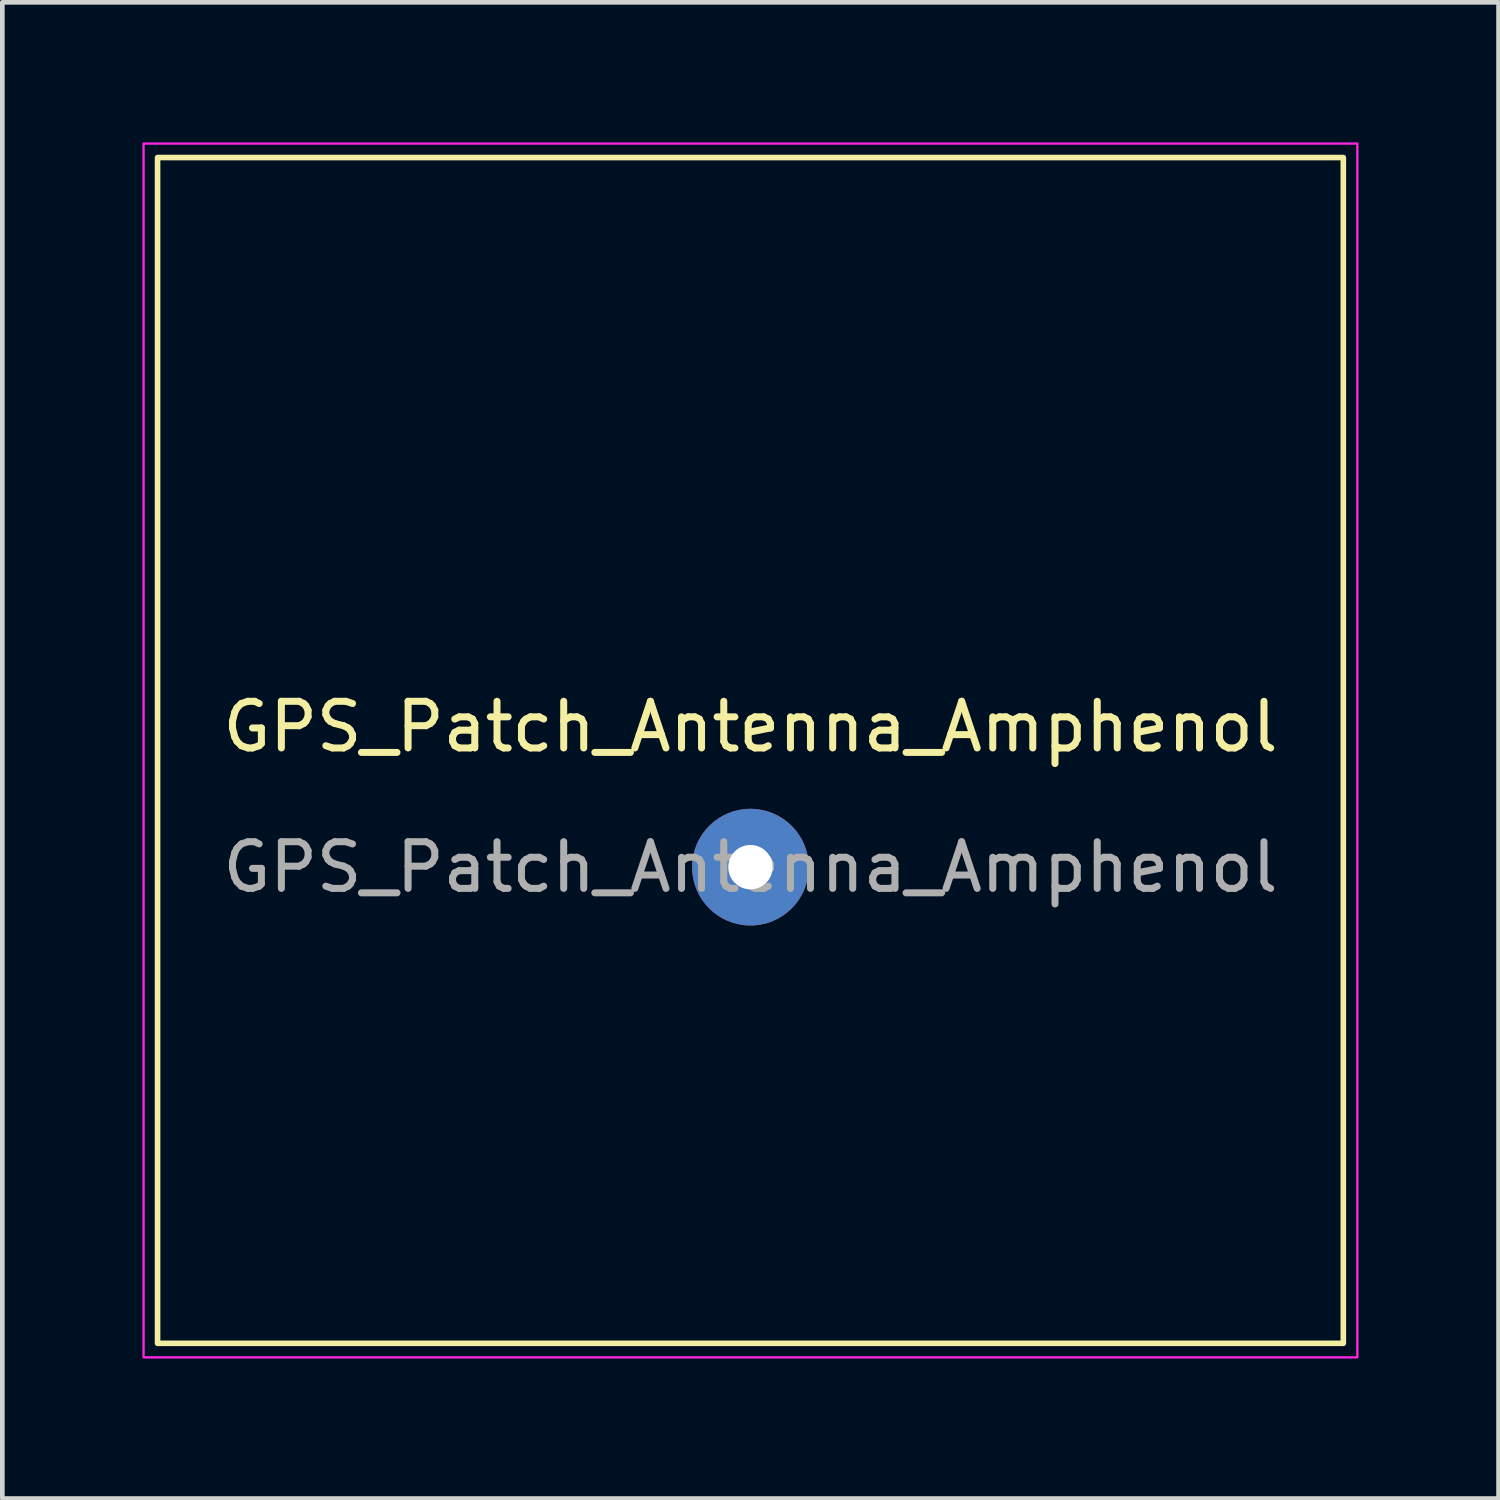
<source format=kicad_pcb>
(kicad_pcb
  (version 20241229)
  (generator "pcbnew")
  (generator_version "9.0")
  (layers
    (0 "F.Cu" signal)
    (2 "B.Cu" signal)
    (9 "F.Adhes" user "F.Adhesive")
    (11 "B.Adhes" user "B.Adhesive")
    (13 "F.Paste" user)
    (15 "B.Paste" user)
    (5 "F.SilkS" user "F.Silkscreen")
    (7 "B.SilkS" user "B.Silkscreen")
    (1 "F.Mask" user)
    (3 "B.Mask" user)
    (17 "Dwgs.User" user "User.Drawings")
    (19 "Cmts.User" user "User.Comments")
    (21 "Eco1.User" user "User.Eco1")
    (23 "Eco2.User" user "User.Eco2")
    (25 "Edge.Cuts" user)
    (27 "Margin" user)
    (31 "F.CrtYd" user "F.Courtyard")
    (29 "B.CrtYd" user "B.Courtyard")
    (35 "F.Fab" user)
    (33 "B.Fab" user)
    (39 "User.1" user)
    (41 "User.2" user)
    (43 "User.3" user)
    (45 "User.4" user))
  (footprint "GPS_Patch_Antenna_Amphenol"
    (layer "F.Cu")
    (at 13.025 13.025)
    (property "Reference" "GPS_Patch_Antenna_Amphenol" (at 0 -0.508 0) (unlocked yes) (layer "F.SilkS") (effects (font (size 1 1) (thickness 0.15))))
    (attr through_hole)
    (fp_rect (start -12.7 -12.7) (end 12.7 12.7) (stroke (width 0.12) (type default)) (fill no) (layer "F.SilkS"))
    (fp_rect (start -13 -13) (end 13 13) (stroke (width 0.05) (type default)) (fill no) (layer "F.CrtYd"))
    (fp_text user "${REFERENCE}" (at 0 2.5 0) (unlocked yes) (layer "F.Fab") (effects (font (size 1 1) (thickness 0.15))))
    (pad "1" thru_hole circle (at 0 2.5) (size 2.5 2.5) (drill 0.95) (layers "*.Cu" "*.Mask")))
  (gr_rect
    (start -3 -3)
    (end 29.05 29.05)
    (stroke (width 0.1) (type default))
    (fill no)
    (layer "Edge.Cuts")))
</source>
